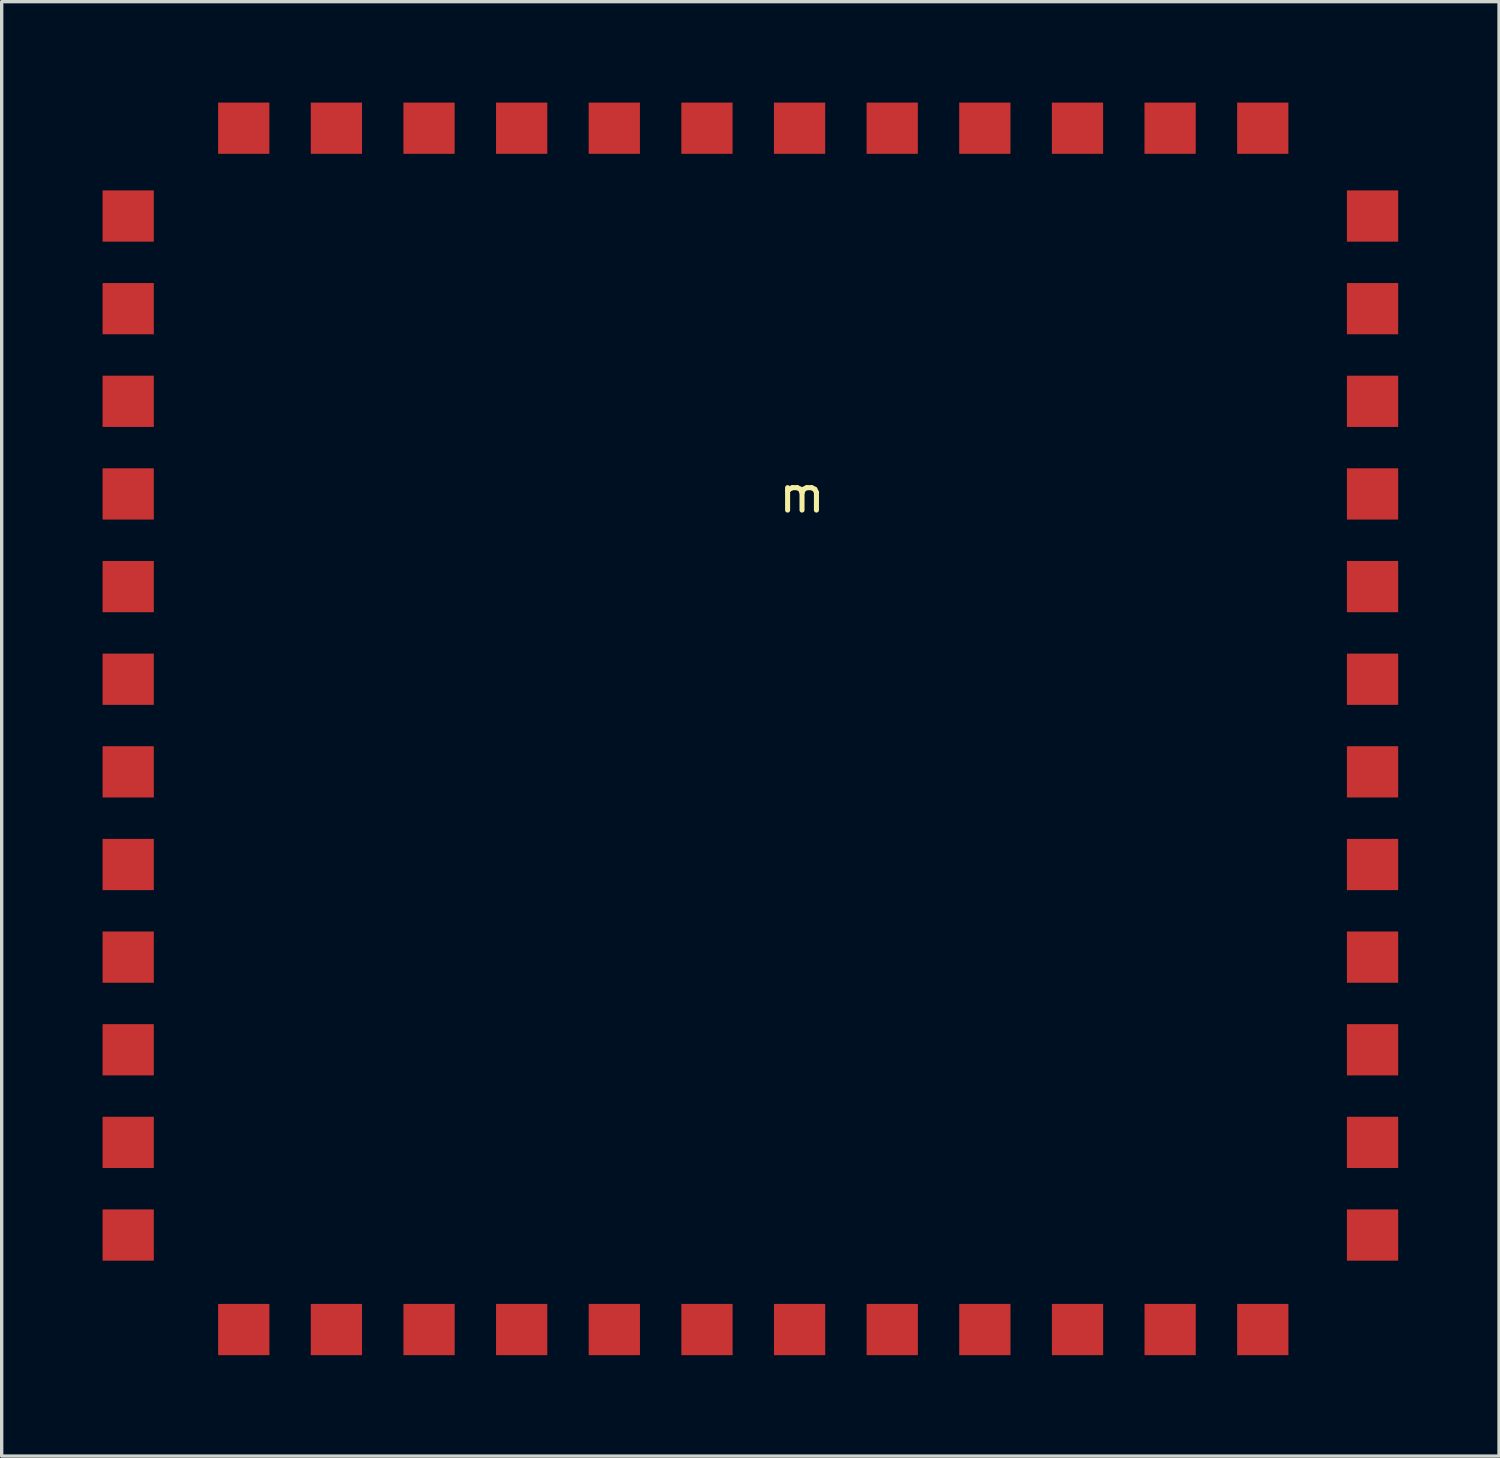
<source format=kicad_pcb>
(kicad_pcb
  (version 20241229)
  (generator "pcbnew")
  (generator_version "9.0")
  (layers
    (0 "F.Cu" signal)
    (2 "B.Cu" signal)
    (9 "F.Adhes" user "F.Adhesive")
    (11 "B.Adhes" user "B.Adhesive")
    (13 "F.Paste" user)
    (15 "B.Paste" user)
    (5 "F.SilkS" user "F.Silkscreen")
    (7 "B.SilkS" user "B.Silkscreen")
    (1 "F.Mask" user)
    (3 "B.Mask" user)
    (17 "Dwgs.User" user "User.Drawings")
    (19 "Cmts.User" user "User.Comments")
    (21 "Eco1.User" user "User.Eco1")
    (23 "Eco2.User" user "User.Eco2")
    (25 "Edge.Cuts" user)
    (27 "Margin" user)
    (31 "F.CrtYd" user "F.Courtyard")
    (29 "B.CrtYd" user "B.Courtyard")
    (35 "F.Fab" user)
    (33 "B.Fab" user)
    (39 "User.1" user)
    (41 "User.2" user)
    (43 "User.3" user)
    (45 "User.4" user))
  (footprint "m"
    (layer "F.Cu")
    (at 19.348 18.262)
    (property "Reference" "m" (at 1.45 -6.6 0) (layer "F.SilkS") (effects (font (size 1 1) (thickness 0.15))))
    (attr through_hole)
    (pad "1" smd rect (at -15.15 -17.5) (size 1.524 1.524) (layers "F.Cu" "F.Mask" "F.Paste"))
    (pad "2" smd rect (at -12.395 -17.5) (size 1.524 1.524) (layers "F.Cu" "F.Mask" "F.Paste"))
    (pad "3" smd rect (at -9.641 -17.5) (size 1.524 1.524) (layers "F.Cu" "F.Mask" "F.Paste"))
    (pad "4" smd rect (at -6.886 -17.5) (size 1.524 1.524) (layers "F.Cu" "F.Mask" "F.Paste"))
    (pad "5" smd rect (at -4.132 -17.5) (size 1.524 1.524) (layers "F.Cu" "F.Mask" "F.Paste"))
    (pad "6" smd rect (at -1.377 -17.5) (size 1.524 1.524) (layers "F.Cu" "F.Mask" "F.Paste"))
    (pad "7" smd rect (at 1.377 -17.5) (size 1.524 1.524) (layers "F.Cu" "F.Mask" "F.Paste"))
    (pad "8" smd rect (at 4.132 -17.5) (size 1.524 1.524) (layers "F.Cu" "F.Mask" "F.Paste"))
    (pad "9" smd rect (at 6.886 -17.5) (size 1.524 1.524) (layers "F.Cu" "F.Mask" "F.Paste"))
    (pad "10" smd rect (at 9.641 -17.5) (size 1.524 1.524) (layers "F.Cu" "F.Mask" "F.Paste"))
    (pad "11" smd rect (at 12.395 -17.5) (size 1.524 1.524) (layers "F.Cu" "F.Mask" "F.Paste"))
    (pad "12" smd rect (at 15.15 -17.5) (size 1.524 1.524) (layers "F.Cu" "F.Mask" "F.Paste"))
    (pad "13" smd rect (at 18.414 -14.888 270) (size 1.524 1.524) (layers "F.Cu" "F.Mask" "F.Paste"))
    (pad "14" smd rect (at 18.414 -12.134 270) (size 1.524 1.524) (layers "F.Cu" "F.Mask" "F.Paste"))
    (pad "15" smd rect (at 18.414 -9.379 270) (size 1.524 1.524) (layers "F.Cu" "F.Mask" "F.Paste"))
    (pad "16" smd rect (at 18.414 -6.625 270) (size 1.524 1.524) (layers "F.Cu" "F.Mask" "F.Paste"))
    (pad "17" smd rect (at 18.414 -3.87 270) (size 1.524 1.524) (layers "F.Cu" "F.Mask" "F.Paste"))
    (pad "18" smd rect (at 18.414 -1.115 270) (size 1.524 1.524) (layers "F.Cu" "F.Mask" "F.Paste"))
    (pad "19" smd rect (at 18.414 1.639 270) (size 1.524 1.524) (layers "F.Cu" "F.Mask" "F.Paste"))
    (pad "20" smd rect (at 18.414 4.394 270) (size 1.524 1.524) (layers "F.Cu" "F.Mask" "F.Paste"))
    (pad "21" smd rect (at 18.414 7.148 270) (size 1.524 1.524) (layers "F.Cu" "F.Mask" "F.Paste"))
    (pad "22" smd rect (at 18.414 9.903 270) (size 1.524 1.524) (layers "F.Cu" "F.Mask" "F.Paste"))
    (pad "23" smd rect (at 18.414 12.657 270) (size 1.524 1.524) (layers "F.Cu" "F.Mask" "F.Paste"))
    (pad "24" smd rect (at 18.414 15.412 270) (size 1.524 1.524) (layers "F.Cu" "F.Mask" "F.Paste"))
    (pad "25" smd rect (at 15.151 18.222) (size 1.524 1.524) (layers "F.Cu" "F.Mask" "F.Paste"))
    (pad "26" smd rect (at 12.396 18.222) (size 1.524 1.524) (layers "F.Cu" "F.Mask" "F.Paste"))
    (pad "27" smd rect (at 9.642 18.222) (size 1.524 1.524) (layers "F.Cu" "F.Mask" "F.Paste"))
    (pad "28" smd rect (at 6.887 18.222) (size 1.524 1.524) (layers "F.Cu" "F.Mask" "F.Paste"))
    (pad "29" smd rect (at 4.133 18.222) (size 1.524 1.524) (layers "F.Cu" "F.Mask" "F.Paste"))
    (pad "30" smd rect (at 1.378 18.222) (size 1.524 1.524) (layers "F.Cu" "F.Mask" "F.Paste"))
    (pad "31" smd rect (at -1.376 18.222) (size 1.524 1.524) (layers "F.Cu" "F.Mask" "F.Paste"))
    (pad "32" smd rect (at -4.131 18.222) (size 1.524 1.524) (layers "F.Cu" "F.Mask" "F.Paste"))
    (pad "33" smd rect (at -6.886 18.222) (size 1.524 1.524) (layers "F.Cu" "F.Mask" "F.Paste"))
    (pad "34" smd rect (at -9.64 18.222) (size 1.524 1.524) (layers "F.Cu" "F.Mask" "F.Paste"))
    (pad "35" smd rect (at -12.395 18.222) (size 1.524 1.524) (layers "F.Cu" "F.Mask" "F.Paste"))
    (pad "36" smd rect (at -15.149 18.222) (size 1.524 1.524) (layers "F.Cu" "F.Mask" "F.Paste"))
    (pad "37" smd rect (at -18.586 15.412 270) (size 1.524 1.524) (layers "F.Cu" "F.Mask" "F.Paste"))
    (pad "38" smd rect (at -18.586 12.657 270) (size 1.524 1.524) (layers "F.Cu" "F.Mask" "F.Paste"))
    (pad "39" smd rect (at -18.586 9.903 270) (size 1.524 1.524) (layers "F.Cu" "F.Mask" "F.Paste"))
    (pad "40" smd rect (at -18.586 7.148 270) (size 1.524 1.524) (layers "F.Cu" "F.Mask" "F.Paste"))
    (pad "41" smd rect (at -18.586 4.394 270) (size 1.524 1.524) (layers "F.Cu" "F.Mask" "F.Paste"))
    (pad "42" smd rect (at -18.586 1.639 270) (size 1.524 1.524) (layers "F.Cu" "F.Mask" "F.Paste"))
    (pad "43" smd rect (at -18.586 -1.115 270) (size 1.524 1.524) (layers "F.Cu" "F.Mask" "F.Paste"))
    (pad "44" smd rect (at -18.586 -3.87 270) (size 1.524 1.524) (layers "F.Cu" "F.Mask" "F.Paste"))
    (pad "45" smd rect (at -18.586 -6.625 270) (size 1.524 1.524) (layers "F.Cu" "F.Mask" "F.Paste"))
    (pad "46" smd rect (at -18.586 -9.379 270) (size 1.524 1.524) (layers "F.Cu" "F.Mask" "F.Paste"))
    (pad "47" smd rect (at -18.586 -12.134 270) (size 1.524 1.524) (layers "F.Cu" "F.Mask" "F.Paste"))
    (pad "48" smd rect (at -18.586 -14.888 270) (size 1.524 1.524) (layers "F.Cu" "F.Mask" "F.Paste")))
  (gr_rect
    (start -3 -3)
    (end 41.524 40.246)
    (stroke (width 0.1) (type default))
    (fill no)
    (layer "Edge.Cuts")))
</source>
